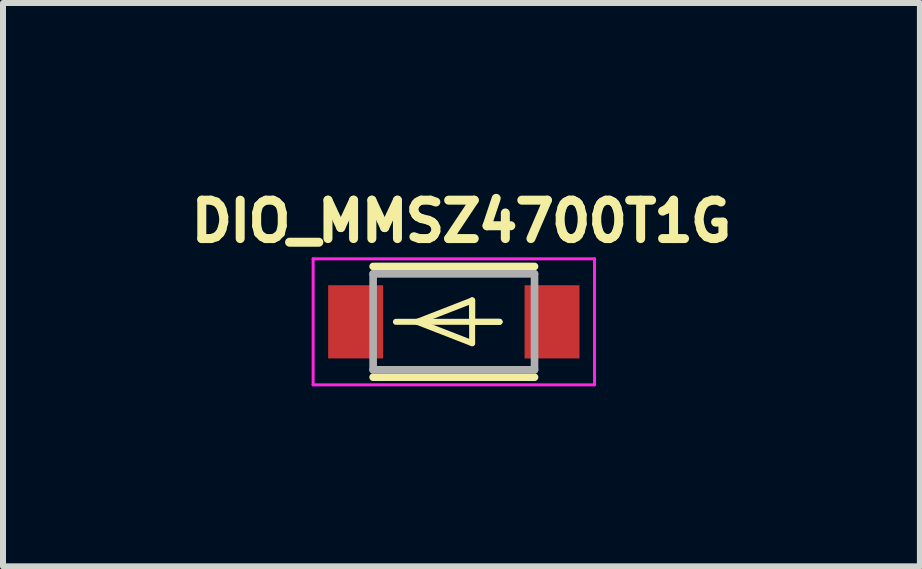
<source format=kicad_pcb>
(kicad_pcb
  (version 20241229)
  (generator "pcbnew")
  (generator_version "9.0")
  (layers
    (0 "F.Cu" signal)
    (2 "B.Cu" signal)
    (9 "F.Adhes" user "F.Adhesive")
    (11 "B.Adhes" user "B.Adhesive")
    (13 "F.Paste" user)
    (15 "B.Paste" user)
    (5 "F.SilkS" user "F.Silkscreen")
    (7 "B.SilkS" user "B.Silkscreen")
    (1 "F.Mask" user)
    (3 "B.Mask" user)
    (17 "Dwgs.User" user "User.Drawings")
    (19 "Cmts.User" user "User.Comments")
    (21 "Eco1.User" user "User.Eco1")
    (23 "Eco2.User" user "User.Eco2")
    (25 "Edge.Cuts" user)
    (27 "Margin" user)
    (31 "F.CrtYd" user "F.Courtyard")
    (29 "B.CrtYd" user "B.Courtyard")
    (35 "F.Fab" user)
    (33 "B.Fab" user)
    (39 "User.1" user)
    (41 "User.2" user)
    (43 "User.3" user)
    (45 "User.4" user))
  (footprint "DIO_MMSZ4700T1G"
    (layer "F.Cu")
    (at 4.514 2.314)
    (property "Reference" "DIO_MMSZ4700T1G" (at 0.127 -1.676 0) (layer "F.SilkS") (effects (font (size 0.64 0.64) (thickness 0.15))))
    (attr smd)
    (fp_line (start -1.345 -0.923) (end 1.345 -0.923) (stroke (width 0.127) (type solid)) (layer "F.SilkS"))
    (fp_line (start -0.61 0) (end 0.305 -0.356) (stroke (width 0.1) (type default)) (layer "F.SilkS"))
    (fp_line (start 0.305 -0.356) (end 0.305 0) (stroke (width 0.1) (type default)) (layer "F.SilkS"))
    (fp_line (start 0.305 -0.356) (end 0.305 0.356) (stroke (width 0.1) (type default)) (layer "F.SilkS"))
    (fp_line (start 0.305 0) (end 0.762 0) (stroke (width 0.1) (type default)) (layer "F.SilkS"))
    (fp_line (start 0.305 0.356) (end -0.61 0) (stroke (width 0.1) (type default)) (layer "F.SilkS"))
    (fp_line (start 0.762 0) (end -0.965 0) (stroke (width 0.1) (type default)) (layer "F.SilkS"))
    (fp_line (start 1.345 0.923) (end -1.345 0.923) (stroke (width 0.127) (type solid)) (layer "F.SilkS"))
    (fp_line (start -2.345 -1.05) (end 2.345 -1.05) (stroke (width 0.05) (type solid)) (layer "F.CrtYd"))
    (fp_line (start -2.345 1.05) (end -2.345 -1.05) (stroke (width 0.05) (type solid)) (layer "F.CrtYd"))
    (fp_line (start 2.345 -1.05) (end 2.345 1.05) (stroke (width 0.05) (type solid)) (layer "F.CrtYd"))
    (fp_line (start 2.345 1.05) (end -2.345 1.05) (stroke (width 0.05) (type solid)) (layer "F.CrtYd"))
    (fp_line (start -1.345 -0.8) (end 1.345 -0.8) (stroke (width 0.127) (type solid)) (layer "F.Fab"))
    (fp_line (start -1.345 0.8) (end -1.345 -0.8) (stroke (width 0.127) (type solid)) (layer "F.Fab"))
    (fp_line (start 1.345 -0.8) (end 1.345 0.8) (stroke (width 0.127) (type solid)) (layer "F.Fab"))
    (fp_line (start 1.345 0.8) (end -1.345 0.8) (stroke (width 0.127) (type solid)) (layer "F.Fab"))
    (pad "1" smd rect (at -1.637 0) (size 0.915 1.22) (layers "F.Cu" "F.Mask" "F.Paste"))
    (pad "2" smd rect (at 1.637 0) (size 0.915 1.22) (layers "F.Cu" "F.Mask" "F.Paste")))
  (gr_rect
    (start -3 -3)
    (end 12.282 6.389)
    (stroke (width 0.1) (type default))
    (fill no)
    (layer "Edge.Cuts")))
</source>
